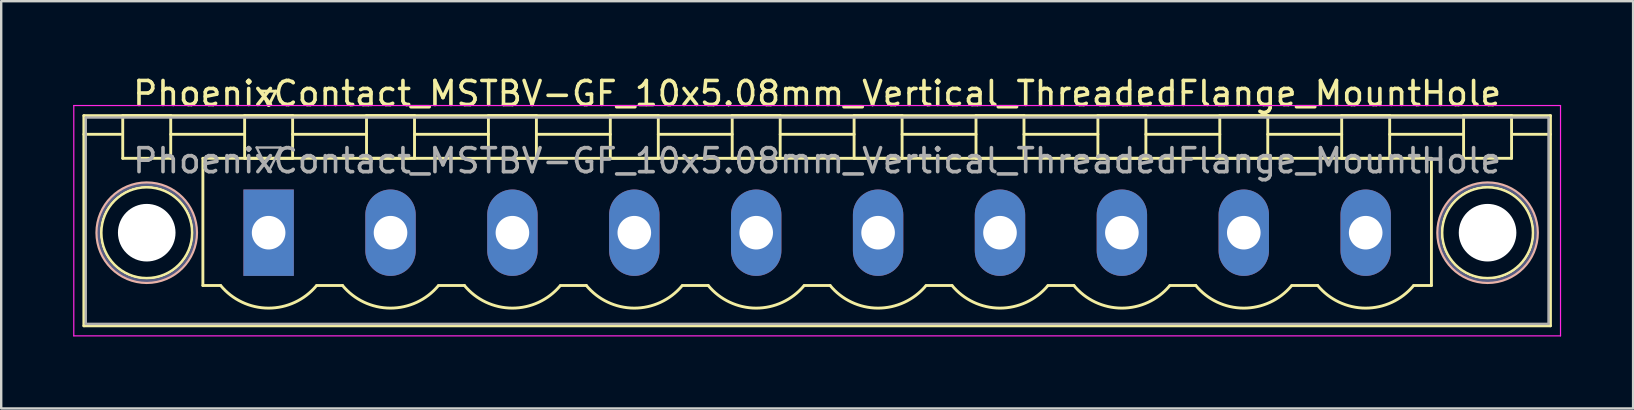
<source format=kicad_pcb>
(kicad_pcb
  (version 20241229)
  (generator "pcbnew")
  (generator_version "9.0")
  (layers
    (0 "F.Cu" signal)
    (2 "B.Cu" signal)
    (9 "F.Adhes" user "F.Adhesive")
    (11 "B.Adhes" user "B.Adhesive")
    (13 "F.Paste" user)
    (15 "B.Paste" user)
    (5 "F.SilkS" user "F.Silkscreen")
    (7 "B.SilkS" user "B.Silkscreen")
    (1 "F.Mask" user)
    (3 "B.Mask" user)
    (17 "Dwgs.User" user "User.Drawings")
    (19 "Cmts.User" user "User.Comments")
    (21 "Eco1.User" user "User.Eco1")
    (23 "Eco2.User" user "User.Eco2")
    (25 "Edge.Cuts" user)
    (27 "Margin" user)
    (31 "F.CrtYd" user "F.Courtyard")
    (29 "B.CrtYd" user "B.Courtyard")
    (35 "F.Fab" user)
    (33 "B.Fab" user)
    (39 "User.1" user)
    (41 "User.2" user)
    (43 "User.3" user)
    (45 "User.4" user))
  (footprint "PhoenixContact_MSTBV-GF_10x5.08mm_Vertical_ThreadedFlange_MountHole"
    (layer "F.Cu")
    (at 8.145 6.648)
    (property "Reference" "PhoenixContact_MSTBV-GF_10x5.08mm_Vertical_ThreadedFlange_MountHole" (at 22.86 -5.8 0) (layer "F.SilkS") (effects (font (size 1 1) (thickness 0.15))))
    (attr through_hole)
    (fp_line (start -7.7 -4.88) (end -7.7 3.88) (stroke (width 0.12) (type solid)) (layer "F.SilkS"))
    (fp_line (start -7.7 -4.1) (end -6.16 -4.1) (stroke (width 0.12) (type solid)) (layer "F.SilkS"))
    (fp_line (start -7.7 3.88) (end 53.42 3.88) (stroke (width 0.12) (type solid)) (layer "F.SilkS"))
    (fp_line (start -6.08 -4.88) (end -4.08 -4.88) (stroke (width 0.12) (type solid)) (layer "F.SilkS"))
    (fp_line (start -6.08 -3.1) (end -6.08 -4.88) (stroke (width 0.12) (type solid)) (layer "F.SilkS"))
    (fp_line (start -4.08 -4.88) (end -4.08 -3.1) (stroke (width 0.12) (type solid)) (layer "F.SilkS"))
    (fp_line (start -4.08 -4.1) (end -1 -4.1) (stroke (width 0.12) (type solid)) (layer "F.SilkS"))
    (fp_line (start -4.08 -3.1) (end -6.08 -3.1) (stroke (width 0.12) (type solid)) (layer "F.SilkS"))
    (fp_line (start -2.74 -3.1) (end 48.46 -3.1) (stroke (width 0.12) (type solid)) (layer "F.SilkS"))
    (fp_line (start -2.74 2.2) (end -2.74 -3.1) (stroke (width 0.12) (type solid)) (layer "F.SilkS"))
    (fp_line (start -2 2.2) (end -2.74 2.2) (stroke (width 0.12) (type solid)) (layer "F.SilkS"))
    (fp_line (start -1 -4.88) (end 1 -4.88) (stroke (width 0.12) (type solid)) (layer "F.SilkS"))
    (fp_line (start -1 -3.1) (end -1 -4.88) (stroke (width 0.12) (type solid)) (layer "F.SilkS"))
    (fp_line (start -0.3 -5.9) (end 0.3 -5.9) (stroke (width 0.12) (type solid)) (layer "F.SilkS"))
    (fp_line (start 0 -5.3) (end -0.3 -5.9) (stroke (width 0.12) (type solid)) (layer "F.SilkS"))
    (fp_line (start 0.3 -5.9) (end 0 -5.3) (stroke (width 0.12) (type solid)) (layer "F.SilkS"))
    (fp_line (start 1 -4.88) (end 1 -3.1) (stroke (width 0.12) (type solid)) (layer "F.SilkS"))
    (fp_line (start 1 -4.1) (end 4.08 -4.1) (stroke (width 0.12) (type solid)) (layer "F.SilkS"))
    (fp_line (start 1 -3.1) (end -1 -3.1) (stroke (width 0.12) (type solid)) (layer "F.SilkS"))
    (fp_line (start 2 2.2) (end 3.08 2.2) (stroke (width 0.12) (type solid)) (layer "F.SilkS"))
    (fp_line (start 4.08 -4.88) (end 6.08 -4.88) (stroke (width 0.12) (type solid)) (layer "F.SilkS"))
    (fp_line (start 4.08 -3.1) (end 4.08 -4.88) (stroke (width 0.12) (type solid)) (layer "F.SilkS"))
    (fp_line (start 6.08 -4.88) (end 6.08 -3.1) (stroke (width 0.12) (type solid)) (layer "F.SilkS"))
    (fp_line (start 6.08 -4.1) (end 9.16 -4.1) (stroke (width 0.12) (type solid)) (layer "F.SilkS"))
    (fp_line (start 6.08 -3.1) (end 4.08 -3.1) (stroke (width 0.12) (type solid)) (layer "F.SilkS"))
    (fp_line (start 7.08 2.2) (end 8.16 2.2) (stroke (width 0.12) (type solid)) (layer "F.SilkS"))
    (fp_line (start 9.16 -4.88) (end 11.16 -4.88) (stroke (width 0.12) (type solid)) (layer "F.SilkS"))
    (fp_line (start 9.16 -3.1) (end 9.16 -4.88) (stroke (width 0.12) (type solid)) (layer "F.SilkS"))
    (fp_line (start 11.16 -4.88) (end 11.16 -3.1) (stroke (width 0.12) (type solid)) (layer "F.SilkS"))
    (fp_line (start 11.16 -4.1) (end 14.24 -4.1) (stroke (width 0.12) (type solid)) (layer "F.SilkS"))
    (fp_line (start 11.16 -3.1) (end 9.16 -3.1) (stroke (width 0.12) (type solid)) (layer "F.SilkS"))
    (fp_line (start 12.16 2.2) (end 13.24 2.2) (stroke (width 0.12) (type solid)) (layer "F.SilkS"))
    (fp_line (start 14.24 -4.88) (end 16.24 -4.88) (stroke (width 0.12) (type solid)) (layer "F.SilkS"))
    (fp_line (start 14.24 -3.1) (end 14.24 -4.88) (stroke (width 0.12) (type solid)) (layer "F.SilkS"))
    (fp_line (start 16.24 -4.88) (end 16.24 -3.1) (stroke (width 0.12) (type solid)) (layer "F.SilkS"))
    (fp_line (start 16.24 -4.1) (end 19.32 -4.1) (stroke (width 0.12) (type solid)) (layer "F.SilkS"))
    (fp_line (start 16.24 -3.1) (end 14.24 -3.1) (stroke (width 0.12) (type solid)) (layer "F.SilkS"))
    (fp_line (start 17.24 2.2) (end 18.32 2.2) (stroke (width 0.12) (type solid)) (layer "F.SilkS"))
    (fp_line (start 19.32 -4.88) (end 21.32 -4.88) (stroke (width 0.12) (type solid)) (layer "F.SilkS"))
    (fp_line (start 19.32 -3.1) (end 19.32 -4.88) (stroke (width 0.12) (type solid)) (layer "F.SilkS"))
    (fp_line (start 21.32 -4.88) (end 21.32 -3.1) (stroke (width 0.12) (type solid)) (layer "F.SilkS"))
    (fp_line (start 21.32 -4.1) (end 24.4 -4.1) (stroke (width 0.12) (type solid)) (layer "F.SilkS"))
    (fp_line (start 21.32 -3.1) (end 19.32 -3.1) (stroke (width 0.12) (type solid)) (layer "F.SilkS"))
    (fp_line (start 22.32 2.2) (end 23.4 2.2) (stroke (width 0.12) (type solid)) (layer "F.SilkS"))
    (fp_line (start 24.4 -4.88) (end 26.4 -4.88) (stroke (width 0.12) (type solid)) (layer "F.SilkS"))
    (fp_line (start 24.4 -3.1) (end 24.4 -4.88) (stroke (width 0.12) (type solid)) (layer "F.SilkS"))
    (fp_line (start 26.4 -4.88) (end 26.4 -3.1) (stroke (width 0.12) (type solid)) (layer "F.SilkS"))
    (fp_line (start 26.4 -4.1) (end 29.48 -4.1) (stroke (width 0.12) (type solid)) (layer "F.SilkS"))
    (fp_line (start 26.4 -3.1) (end 24.4 -3.1) (stroke (width 0.12) (type solid)) (layer "F.SilkS"))
    (fp_line (start 27.4 2.2) (end 28.48 2.2) (stroke (width 0.12) (type solid)) (layer "F.SilkS"))
    (fp_line (start 29.48 -4.88) (end 31.48 -4.88) (stroke (width 0.12) (type solid)) (layer "F.SilkS"))
    (fp_line (start 29.48 -3.1) (end 29.48 -4.88) (stroke (width 0.12) (type solid)) (layer "F.SilkS"))
    (fp_line (start 31.48 -4.88) (end 31.48 -3.1) (stroke (width 0.12) (type solid)) (layer "F.SilkS"))
    (fp_line (start 31.48 -4.1) (end 34.56 -4.1) (stroke (width 0.12) (type solid)) (layer "F.SilkS"))
    (fp_line (start 31.48 -3.1) (end 29.48 -3.1) (stroke (width 0.12) (type solid)) (layer "F.SilkS"))
    (fp_line (start 32.48 2.2) (end 33.56 2.2) (stroke (width 0.12) (type solid)) (layer "F.SilkS"))
    (fp_line (start 34.56 -4.88) (end 36.56 -4.88) (stroke (width 0.12) (type solid)) (layer "F.SilkS"))
    (fp_line (start 34.56 -3.1) (end 34.56 -4.88) (stroke (width 0.12) (type solid)) (layer "F.SilkS"))
    (fp_line (start 36.56 -4.88) (end 36.56 -3.1) (stroke (width 0.12) (type solid)) (layer "F.SilkS"))
    (fp_line (start 36.56 -4.1) (end 39.64 -4.1) (stroke (width 0.12) (type solid)) (layer "F.SilkS"))
    (fp_line (start 36.56 -3.1) (end 34.56 -3.1) (stroke (width 0.12) (type solid)) (layer "F.SilkS"))
    (fp_line (start 37.56 2.2) (end 38.64 2.2) (stroke (width 0.12) (type solid)) (layer "F.SilkS"))
    (fp_line (start 39.64 -4.88) (end 41.64 -4.88) (stroke (width 0.12) (type solid)) (layer "F.SilkS"))
    (fp_line (start 39.64 -3.1) (end 39.64 -4.88) (stroke (width 0.12) (type solid)) (layer "F.SilkS"))
    (fp_line (start 41.64 -4.88) (end 41.64 -3.1) (stroke (width 0.12) (type solid)) (layer "F.SilkS"))
    (fp_line (start 41.64 -4.1) (end 44.72 -4.1) (stroke (width 0.12) (type solid)) (layer "F.SilkS"))
    (fp_line (start 41.64 -3.1) (end 39.64 -3.1) (stroke (width 0.12) (type solid)) (layer "F.SilkS"))
    (fp_line (start 42.64 2.2) (end 43.72 2.2) (stroke (width 0.12) (type solid)) (layer "F.SilkS"))
    (fp_line (start 44.72 -4.88) (end 46.72 -4.88) (stroke (width 0.12) (type solid)) (layer "F.SilkS"))
    (fp_line (start 44.72 -3.1) (end 44.72 -4.88) (stroke (width 0.12) (type solid)) (layer "F.SilkS"))
    (fp_line (start 46.72 -4.88) (end 46.72 -3.1) (stroke (width 0.12) (type solid)) (layer "F.SilkS"))
    (fp_line (start 46.72 -4.1) (end 49.8 -4.1) (stroke (width 0.12) (type solid)) (layer "F.SilkS"))
    (fp_line (start 46.72 -3.1) (end 44.72 -3.1) (stroke (width 0.12) (type solid)) (layer "F.SilkS"))
    (fp_line (start 48.46 -3.1) (end 48.46 2.2) (stroke (width 0.12) (type solid)) (layer "F.SilkS"))
    (fp_line (start 48.46 2.2) (end 47.72 2.2) (stroke (width 0.12) (type solid)) (layer "F.SilkS"))
    (fp_line (start 49.8 -4.88) (end 51.8 -4.88) (stroke (width 0.12) (type solid)) (layer "F.SilkS"))
    (fp_line (start 49.8 -3.1) (end 49.8 -4.88) (stroke (width 0.12) (type solid)) (layer "F.SilkS"))
    (fp_line (start 51.8 -4.88) (end 51.8 -3.1) (stroke (width 0.12) (type solid)) (layer "F.SilkS"))
    (fp_line (start 51.8 -3.1) (end 49.8 -3.1) (stroke (width 0.12) (type solid)) (layer "F.SilkS"))
    (fp_line (start 53.42 -4.88) (end -7.7 -4.88) (stroke (width 0.12) (type solid)) (layer "F.SilkS"))
    (fp_line (start 53.42 -4.1) (end 51.88 -4.1) (stroke (width 0.12) (type solid)) (layer "F.SilkS"))
    (fp_line (start 53.42 3.88) (end 53.42 -4.88) (stroke (width 0.12) (type solid)) (layer "F.SilkS"))
    (fp_arc (start 1.986842 2.215821) (mid -0.010289 3.142758) (end -2 2.2) (stroke (width 0.12) (type solid)) (layer "F.SilkS"))
    (fp_arc (start 7.066842 2.215821) (mid 5.069711 3.142758) (end 3.08 2.2) (stroke (width 0.12) (type solid)) (layer "F.SilkS"))
    (fp_arc (start 12.146842 2.215821) (mid 10.149711 3.142758) (end 8.16 2.2) (stroke (width 0.12) (type solid)) (layer "F.SilkS"))
    (fp_arc (start 17.226842 2.215821) (mid 15.229711 3.142758) (end 13.24 2.2) (stroke (width 0.12) (type solid)) (layer "F.SilkS"))
    (fp_arc (start 22.306842 2.215821) (mid 20.309711 3.142758) (end 18.32 2.2) (stroke (width 0.12) (type solid)) (layer "F.SilkS"))
    (fp_arc (start 27.386842 2.215821) (mid 25.389711 3.142758) (end 23.4 2.2) (stroke (width 0.12) (type solid)) (layer "F.SilkS"))
    (fp_arc (start 32.466842 2.215821) (mid 30.469711 3.142758) (end 28.48 2.2) (stroke (width 0.12) (type solid)) (layer "F.SilkS"))
    (fp_arc (start 37.546842 2.215821) (mid 35.549711 3.142758) (end 33.56 2.2) (stroke (width 0.12) (type solid)) (layer "F.SilkS"))
    (fp_arc (start 42.626842 2.215821) (mid 40.629711 3.142758) (end 38.64 2.2) (stroke (width 0.12) (type solid)) (layer "F.SilkS"))
    (fp_arc (start 47.706842 2.215821) (mid 45.709711 3.142758) (end 43.72 2.2) (stroke (width 0.12) (type solid)) (layer "F.SilkS"))
    (fp_circle (center -5.08 0) (end -3.18 0) (stroke (width 0.12) (type solid)) (fill no) (layer "F.SilkS"))
    (fp_circle (center 50.8 0) (end 52.7 0) (stroke (width 0.12) (type solid)) (fill no) (layer "F.SilkS"))
    (fp_circle (center -5.08 0) (end -3 0) (stroke (width 0.12) (type solid)) (fill no) (layer "B.SilkS"))
    (fp_circle (center 50.8 0) (end 52.88 0) (stroke (width 0.12) (type solid)) (fill no) (layer "B.SilkS"))
    (fp_line (start -8.12 -5.3) (end -8.12 4.3) (stroke (width 0.05) (type solid)) (layer "F.CrtYd"))
    (fp_line (start -8.12 4.3) (end 53.84 4.3) (stroke (width 0.05) (type solid)) (layer "F.CrtYd"))
    (fp_line (start 53.84 -5.3) (end -8.12 -5.3) (stroke (width 0.05) (type solid)) (layer "F.CrtYd"))
    (fp_line (start 53.84 4.3) (end 53.84 -5.3) (stroke (width 0.05) (type solid)) (layer "F.CrtYd"))
    (fp_circle (center -5.08 0) (end -3.08 0) (stroke (width 0.1) (type solid)) (fill no) (layer "B.Fab"))
    (fp_circle (center 50.8 0) (end 52.8 0) (stroke (width 0.1) (type solid)) (fill no) (layer "B.Fab"))
    (fp_line (start -7.62 -4.8) (end -7.62 3.8) (stroke (width 0.1) (type solid)) (layer "F.Fab"))
    (fp_line (start -7.62 3.8) (end 53.34 3.8) (stroke (width 0.1) (type solid)) (layer "F.Fab"))
    (fp_line (start -0.5 -3.55) (end 0.5 -3.55) (stroke (width 0.1) (type solid)) (layer "F.Fab"))
    (fp_line (start 0 -2.55) (end -0.5 -3.55) (stroke (width 0.1) (type solid)) (layer "F.Fab"))
    (fp_line (start 0.5 -3.55) (end 0 -2.55) (stroke (width 0.1) (type solid)) (layer "F.Fab"))
    (fp_line (start 53.34 -4.8) (end -7.62 -4.8) (stroke (width 0.1) (type solid)) (layer "F.Fab"))
    (fp_line (start 53.34 3.8) (end 53.34 -4.8) (stroke (width 0.1) (type solid)) (layer "F.Fab"))
    (fp_text user "${REFERENCE}" (at 22.86 -3 0) (layer "F.Fab") (effects (font (size 1 1) (thickness 0.15))))
    (pad "" np_thru_hole circle (at -5.08 0) (size 2.4 2.4) (drill 2.4) (layers "*.Cu" "*.Mask"))
    (pad "" np_thru_hole circle (at 50.8 0) (size 2.4 2.4) (drill 2.4) (layers "*.Cu" "*.Mask"))
    (pad "1" thru_hole rect (at 0 0) (size 2.1 3.6) (drill 1.4) (layers "*.Cu" "*.Mask"))
    (pad "2" thru_hole oval (at 5.08 0) (size 2.1 3.6) (drill 1.4) (layers "*.Cu" "*.Mask"))
    (pad "3" thru_hole oval (at 10.16 0) (size 2.1 3.6) (drill 1.4) (layers "*.Cu" "*.Mask"))
    (pad "4" thru_hole oval (at 15.24 0) (size 2.1 3.6) (drill 1.4) (layers "*.Cu" "*.Mask"))
    (pad "5" thru_hole oval (at 20.32 0) (size 2.1 3.6) (drill 1.4) (layers "*.Cu" "*.Mask"))
    (pad "6" thru_hole oval (at 25.4 0) (size 2.1 3.6) (drill 1.4) (layers "*.Cu" "*.Mask"))
    (pad "7" thru_hole oval (at 30.48 0) (size 2.1 3.6) (drill 1.4) (layers "*.Cu" "*.Mask"))
    (pad "8" thru_hole oval (at 35.56 0) (size 2.1 3.6) (drill 1.4) (layers "*.Cu" "*.Mask"))
    (pad "9" thru_hole oval (at 40.64 0) (size 2.1 3.6) (drill 1.4) (layers "*.Cu" "*.Mask"))
    (pad "10" thru_hole oval (at 45.72 0) (size 2.1 3.6) (drill 1.4) (layers "*.Cu" "*.Mask")))
  (gr_rect
    (start -3 -3)
    (end 65.01 13.973)
    (stroke (width 0.1) (type default))
    (fill no)
    (layer "Edge.Cuts")))
</source>
